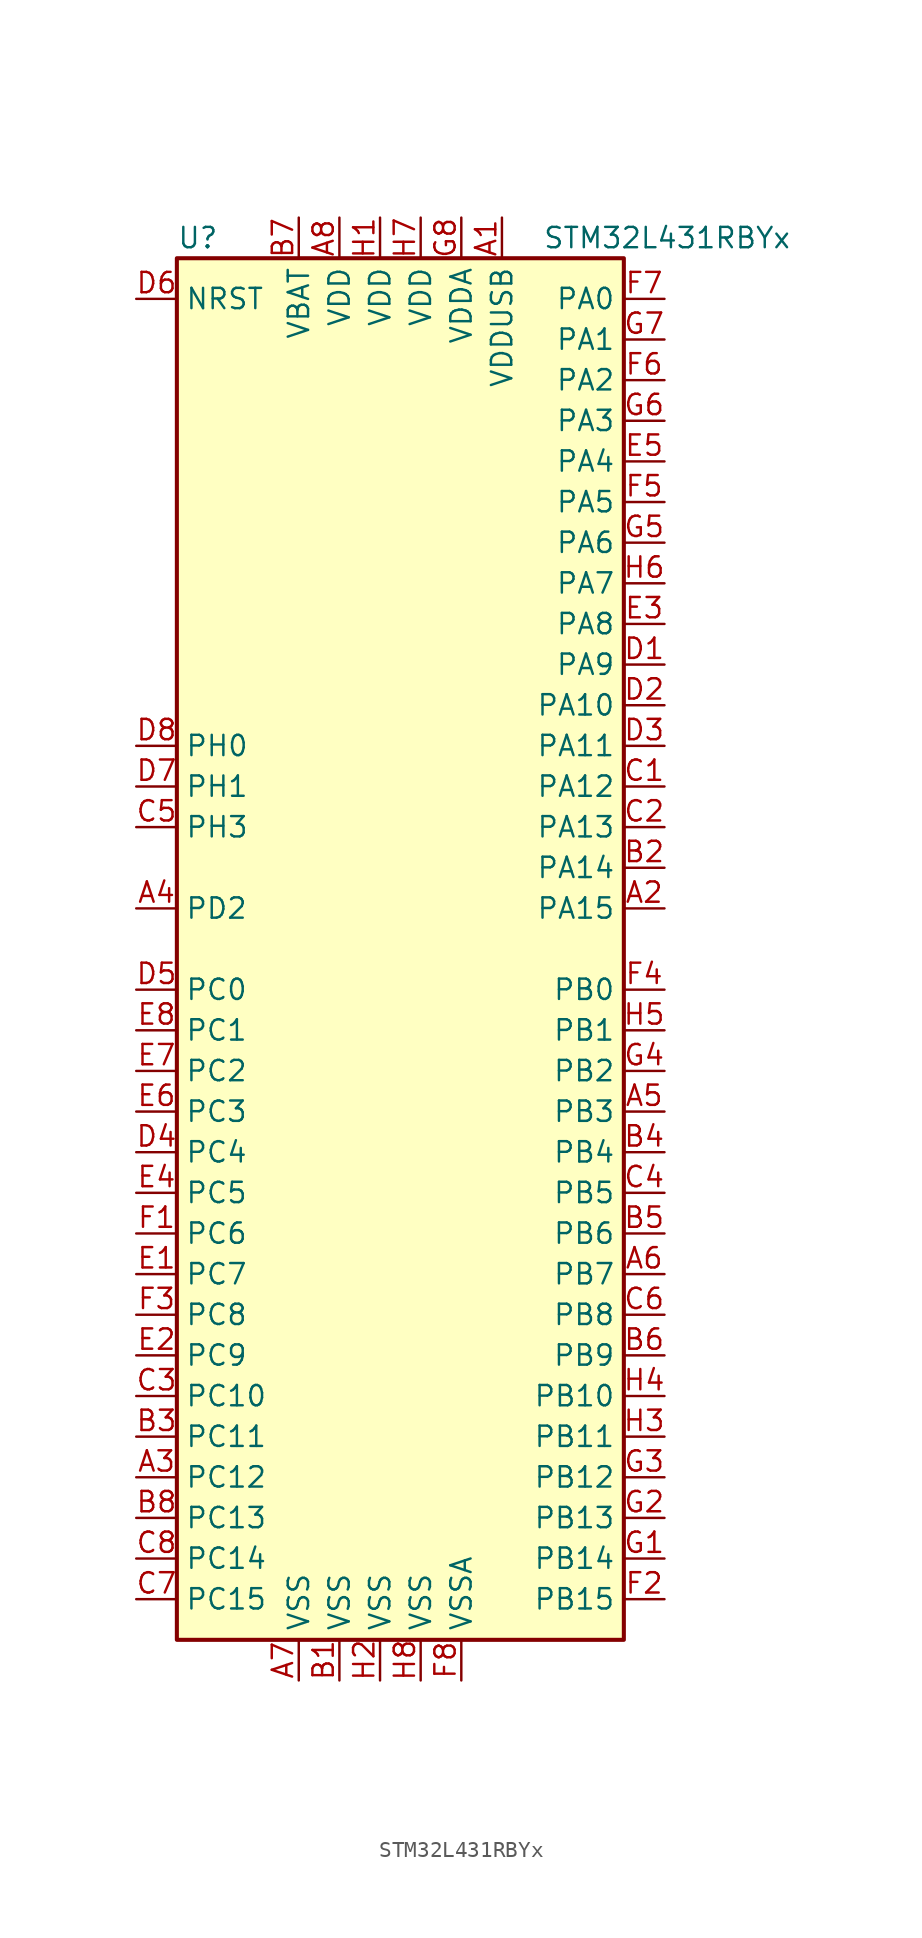
<source format=kicad_sym>
(kicad_symbol_lib
  (version 20201005)
  (generator kicad_symbol_editor)
  (symbol "STM32L431RBYx"
    (property "Reference" "U"
      (at -15.24 44.45 0)
      (effects (font (size 1.27 1.27)) (justify left)))
    (property "Value" "STM32L431RBYx"
      (at 7.62 44.45 0)
      (effects (font (size 1.27 1.27)) (justify left)))
    (symbol "STM32L431RBYx_0_1"
      (rectangle (start -15.24 -43.18) (end 12.7 43.18) (stroke (width 0.254)) (fill (type background))))
    (symbol "STM32L431RBYx_1_1"
      (pin input line (at -17.78 40.64 0) (length 2.54) (name "NRST" (effects (font (size 1.27 1.27)))) (number "D6" (effects (font (size 1.27 1.27)))))
      (pin bidirectional line (at 15.24 40.64 180) (length 2.54) (name "PA0" (effects (font (size 1.27 1.27)))) (number "F7" (effects (font (size 1.27 1.27)))))
      (pin bidirectional line (at 15.24 38.1 180) (length 2.54) (name "PA1" (effects (font (size 1.27 1.27)))) (number "G7" (effects (font (size 1.27 1.27)))))
      (pin bidirectional line (at 15.24 15.24 180) (length 2.54) (name "PA10" (effects (font (size 1.27 1.27)))) (number "D2" (effects (font (size 1.27 1.27)))))
      (pin bidirectional line (at 15.24 12.7 180) (length 2.54) (name "PA11" (effects (font (size 1.27 1.27)))) (number "D3" (effects (font (size 1.27 1.27)))))
      (pin bidirectional line (at 15.24 10.16 180) (length 2.54) (name "PA12" (effects (font (size 1.27 1.27)))) (number "C1" (effects (font (size 1.27 1.27)))))
      (pin bidirectional line (at 15.24 7.62 180) (length 2.54) (name "PA13" (effects (font (size 1.27 1.27)))) (number "C2" (effects (font (size 1.27 1.27)))))
      (pin bidirectional line (at 15.24 5.08 180) (length 2.54) (name "PA14" (effects (font (size 1.27 1.27)))) (number "B2" (effects (font (size 1.27 1.27)))))
      (pin bidirectional line (at 15.24 2.54 180) (length 2.54) (name "PA15" (effects (font (size 1.27 1.27)))) (number "A2" (effects (font (size 1.27 1.27)))))
      (pin bidirectional line (at 15.24 35.56 180) (length 2.54) (name "PA2" (effects (font (size 1.27 1.27)))) (number "F6" (effects (font (size 1.27 1.27)))))
      (pin bidirectional line (at 15.24 33.02 180) (length 2.54) (name "PA3" (effects (font (size 1.27 1.27)))) (number "G6" (effects (font (size 1.27 1.27)))))
      (pin bidirectional line (at 15.24 30.48 180) (length 2.54) (name "PA4" (effects (font (size 1.27 1.27)))) (number "E5" (effects (font (size 1.27 1.27)))))
      (pin bidirectional line (at 15.24 27.94 180) (length 2.54) (name "PA5" (effects (font (size 1.27 1.27)))) (number "F5" (effects (font (size 1.27 1.27)))))
      (pin bidirectional line (at 15.24 25.4 180) (length 2.54) (name "PA6" (effects (font (size 1.27 1.27)))) (number "G5" (effects (font (size 1.27 1.27)))))
      (pin bidirectional line (at 15.24 22.86 180) (length 2.54) (name "PA7" (effects (font (size 1.27 1.27)))) (number "H6" (effects (font (size 1.27 1.27)))))
      (pin bidirectional line (at 15.24 20.32 180) (length 2.54) (name "PA8" (effects (font (size 1.27 1.27)))) (number "E3" (effects (font (size 1.27 1.27)))))
      (pin bidirectional line (at 15.24 17.78 180) (length 2.54) (name "PA9" (effects (font (size 1.27 1.27)))) (number "D1" (effects (font (size 1.27 1.27)))))
      (pin bidirectional line (at 15.24 -2.54 180) (length 2.54) (name "PB0" (effects (font (size 1.27 1.27)))) (number "F4" (effects (font (size 1.27 1.27)))))
      (pin bidirectional line (at 15.24 -5.08 180) (length 2.54) (name "PB1" (effects (font (size 1.27 1.27)))) (number "H5" (effects (font (size 1.27 1.27)))))
      (pin bidirectional line (at 15.24 -27.94 180) (length 2.54) (name "PB10" (effects (font (size 1.27 1.27)))) (number "H4" (effects (font (size 1.27 1.27)))))
      (pin bidirectional line (at 15.24 -30.48 180) (length 2.54) (name "PB11" (effects (font (size 1.27 1.27)))) (number "H3" (effects (font (size 1.27 1.27)))))
      (pin bidirectional line (at 15.24 -33.02 180) (length 2.54) (name "PB12" (effects (font (size 1.27 1.27)))) (number "G3" (effects (font (size 1.27 1.27)))))
      (pin bidirectional line (at 15.24 -35.56 180) (length 2.54) (name "PB13" (effects (font (size 1.27 1.27)))) (number "G2" (effects (font (size 1.27 1.27)))))
      (pin bidirectional line (at 15.24 -38.1 180) (length 2.54) (name "PB14" (effects (font (size 1.27 1.27)))) (number "G1" (effects (font (size 1.27 1.27)))))
      (pin bidirectional line (at 15.24 -40.64 180) (length 2.54) (name "PB15" (effects (font (size 1.27 1.27)))) (number "F2" (effects (font (size 1.27 1.27)))))
      (pin bidirectional line (at 15.24 -7.62 180) (length 2.54) (name "PB2" (effects (font (size 1.27 1.27)))) (number "G4" (effects (font (size 1.27 1.27)))))
      (pin bidirectional line (at 15.24 -10.16 180) (length 2.54) (name "PB3" (effects (font (size 1.27 1.27)))) (number "A5" (effects (font (size 1.27 1.27)))))
      (pin bidirectional line (at 15.24 -12.7 180) (length 2.54) (name "PB4" (effects (font (size 1.27 1.27)))) (number "B4" (effects (font (size 1.27 1.27)))))
      (pin bidirectional line (at 15.24 -15.24 180) (length 2.54) (name "PB5" (effects (font (size 1.27 1.27)))) (number "C4" (effects (font (size 1.27 1.27)))))
      (pin bidirectional line (at 15.24 -17.78 180) (length 2.54) (name "PB6" (effects (font (size 1.27 1.27)))) (number "B5" (effects (font (size 1.27 1.27)))))
      (pin bidirectional line (at 15.24 -20.32 180) (length 2.54) (name "PB7" (effects (font (size 1.27 1.27)))) (number "A6" (effects (font (size 1.27 1.27)))))
      (pin bidirectional line (at 15.24 -22.86 180) (length 2.54) (name "PB8" (effects (font (size 1.27 1.27)))) (number "C6" (effects (font (size 1.27 1.27)))))
      (pin bidirectional line (at 15.24 -25.4 180) (length 2.54) (name "PB9" (effects (font (size 1.27 1.27)))) (number "B6" (effects (font (size 1.27 1.27)))))
      (pin bidirectional line (at -17.78 -2.54 0) (length 2.54) (name "PC0" (effects (font (size 1.27 1.27)))) (number "D5" (effects (font (size 1.27 1.27)))))
      (pin bidirectional line (at -17.78 -5.08 0) (length 2.54) (name "PC1" (effects (font (size 1.27 1.27)))) (number "E8" (effects (font (size 1.27 1.27)))))
      (pin bidirectional line (at -17.78 -27.94 0) (length 2.54) (name "PC10" (effects (font (size 1.27 1.27)))) (number "C3" (effects (font (size 1.27 1.27)))))
      (pin bidirectional line (at -17.78 -30.48 0) (length 2.54) (name "PC11" (effects (font (size 1.27 1.27)))) (number "B3" (effects (font (size 1.27 1.27)))))
      (pin bidirectional line (at -17.78 -33.02 0) (length 2.54) (name "PC12" (effects (font (size 1.27 1.27)))) (number "A3" (effects (font (size 1.27 1.27)))))
      (pin bidirectional line (at -17.78 -35.56 0) (length 2.54) (name "PC13" (effects (font (size 1.27 1.27)))) (number "B8" (effects (font (size 1.27 1.27)))))
      (pin bidirectional line (at -17.78 -38.1 0) (length 2.54) (name "PC14" (effects (font (size 1.27 1.27)))) (number "C8" (effects (font (size 1.27 1.27)))))
      (pin bidirectional line (at -17.78 -40.64 0) (length 2.54) (name "PC15" (effects (font (size 1.27 1.27)))) (number "C7" (effects (font (size 1.27 1.27)))))
      (pin bidirectional line (at -17.78 -7.62 0) (length 2.54) (name "PC2" (effects (font (size 1.27 1.27)))) (number "E7" (effects (font (size 1.27 1.27)))))
      (pin bidirectional line (at -17.78 -10.16 0) (length 2.54) (name "PC3" (effects (font (size 1.27 1.27)))) (number "E6" (effects (font (size 1.27 1.27)))))
      (pin bidirectional line (at -17.78 -12.7 0) (length 2.54) (name "PC4" (effects (font (size 1.27 1.27)))) (number "D4" (effects (font (size 1.27 1.27)))))
      (pin bidirectional line (at -17.78 -15.24 0) (length 2.54) (name "PC5" (effects (font (size 1.27 1.27)))) (number "E4" (effects (font (size 1.27 1.27)))))
      (pin bidirectional line (at -17.78 -17.78 0) (length 2.54) (name "PC6" (effects (font (size 1.27 1.27)))) (number "F1" (effects (font (size 1.27 1.27)))))
      (pin bidirectional line (at -17.78 -20.32 0) (length 2.54) (name "PC7" (effects (font (size 1.27 1.27)))) (number "E1" (effects (font (size 1.27 1.27)))))
      (pin bidirectional line (at -17.78 -22.86 0) (length 2.54) (name "PC8" (effects (font (size 1.27 1.27)))) (number "F3" (effects (font (size 1.27 1.27)))))
      (pin bidirectional line (at -17.78 -25.4 0) (length 2.54) (name "PC9" (effects (font (size 1.27 1.27)))) (number "E2" (effects (font (size 1.27 1.27)))))
      (pin bidirectional line (at -17.78 2.54 0) (length 2.54) (name "PD2" (effects (font (size 1.27 1.27)))) (number "A4" (effects (font (size 1.27 1.27)))))
      (pin input line (at -17.78 12.7 0) (length 2.54) (name "PH0" (effects (font (size 1.27 1.27)))) (number "D8" (effects (font (size 1.27 1.27)))))
      (pin input line (at -17.78 10.16 0) (length 2.54) (name "PH1" (effects (font (size 1.27 1.27)))) (number "D7" (effects (font (size 1.27 1.27)))))
      (pin bidirectional line (at -17.78 7.62 0) (length 2.54) (name "PH3" (effects (font (size 1.27 1.27)))) (number "C5" (effects (font (size 1.27 1.27)))))
      (pin power_in line (at -7.62 45.72 270) (length 2.54) (name "VBAT" (effects (font (size 1.27 1.27)))) (number "B7" (effects (font (size 1.27 1.27)))))
      (pin power_in line (at -5.08 45.72 270) (length 2.54) (name "VDD" (effects (font (size 1.27 1.27)))) (number "A8" (effects (font (size 1.27 1.27)))))
      (pin power_in line (at -2.54 45.72 270) (length 2.54) (name "VDD" (effects (font (size 1.27 1.27)))) (number "H1" (effects (font (size 1.27 1.27)))))
      (pin power_in line (at 0 45.72 270) (length 2.54) (name "VDD" (effects (font (size 1.27 1.27)))) (number "H7" (effects (font (size 1.27 1.27)))))
      (pin power_in line (at 2.54 45.72 270) (length 2.54) (name "VDDA" (effects (font (size 1.27 1.27)))) (number "G8" (effects (font (size 1.27 1.27)))))
      (pin power_in line (at 5.08 45.72 270) (length 2.54) (name "VDDUSB" (effects (font (size 1.27 1.27)))) (number "A1" (effects (font (size 1.27 1.27)))))
      (pin power_in line (at -7.62 -45.72 90) (length 2.54) (name "VSS" (effects (font (size 1.27 1.27)))) (number "A7" (effects (font (size 1.27 1.27)))))
      (pin power_in line (at -5.08 -45.72 90) (length 2.54) (name "VSS" (effects (font (size 1.27 1.27)))) (number "B1" (effects (font (size 1.27 1.27)))))
      (pin power_in line (at -2.54 -45.72 90) (length 2.54) (name "VSS" (effects (font (size 1.27 1.27)))) (number "H2" (effects (font (size 1.27 1.27)))))
      (pin power_in line (at 0 -45.72 90) (length 2.54) (name "VSS" (effects (font (size 1.27 1.27)))) (number "H8" (effects (font (size 1.27 1.27)))))
      (pin power_in line (at 2.54 -45.72 90) (length 2.54) (name "VSSA" (effects (font (size 1.27 1.27)))) (number "F8" (effects (font (size 1.27 1.27))))))))
</source>
